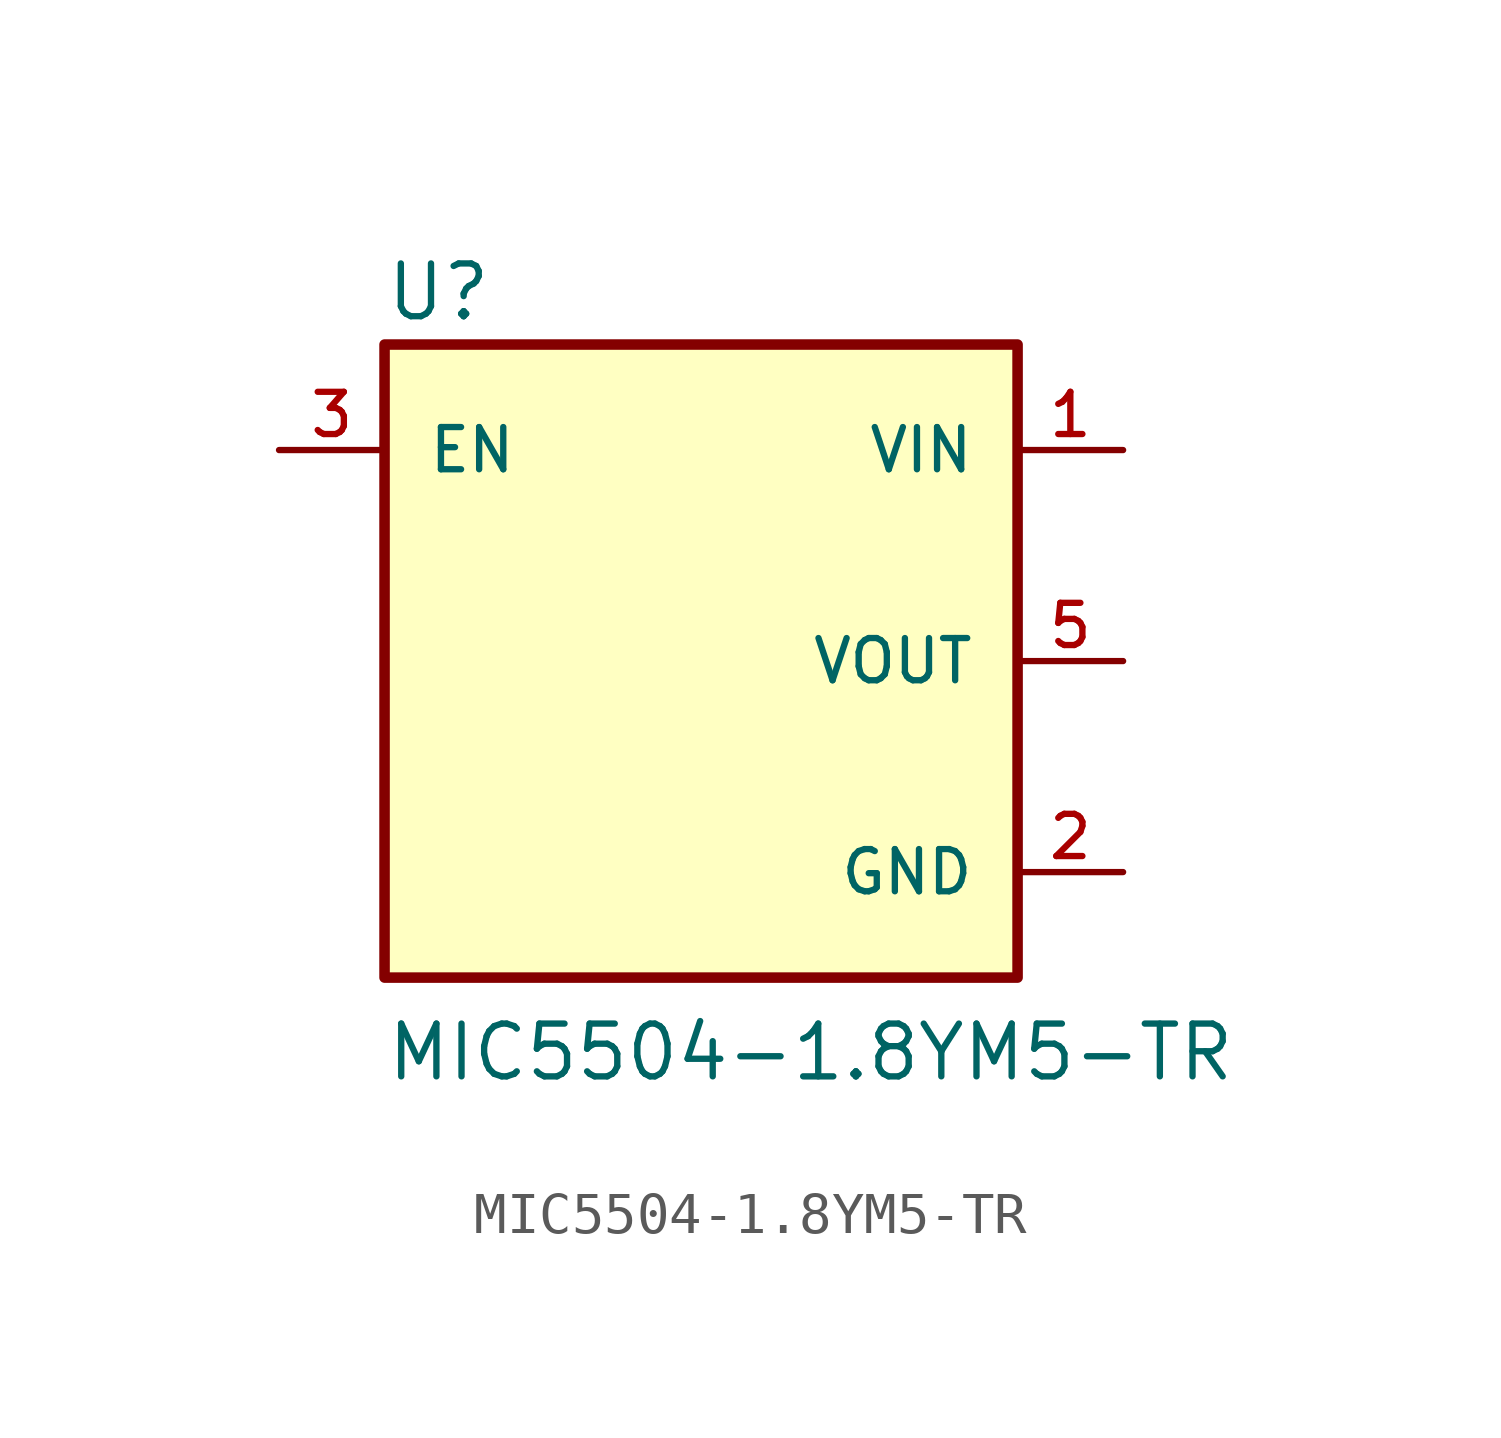
<source format=kicad_sym>
(kicad_symbol_lib
  (version 20211014)
  (generator kicad_symbol_editor)
  (symbol "MIC5504-1.8YM5-TR"
    (pin_names
      (offset 1.016))
    (property "Reference" "U"
      (at -7.63 8.139 0)
      (effects (font (size 1.27 1.27)) (justify bottom left)))
    (property "Value" "MIC5504-1.8YM5-TR"
      (at -7.621 -10.161 0)
      (effects (font (size 1.27 1.27)) (justify bottom left)))
    (symbol "MIC5504-1.8YM5-TR_0_0"
      (rectangle (start -7.62 -7.62) (end 7.62 7.62) (stroke (width 0.254)) (fill (type background)))
      (pin power_in line (at 10.16 5.08 180.0) (length 2.54) (name "VIN" (effects (font (size 1.016 1.016)))) (number "1" (effects (font (size 1.016 1.016)))))
      (pin power_in line (at 10.16 -5.08 180.0) (length 2.54) (name "GND" (effects (font (size 1.016 1.016)))) (number "2" (effects (font (size 1.016 1.016)))))
      (pin input line (at -10.16 5.08 0) (length 2.54) (name "EN" (effects (font (size 1.016 1.016)))) (number "3" (effects (font (size 1.016 1.016)))))
      (pin output line (at 10.16 0.0 180.0) (length 2.54) (name "VOUT" (effects (font (size 1.016 1.016)))) (number "5" (effects (font (size 1.016 1.016))))))))
</source>
